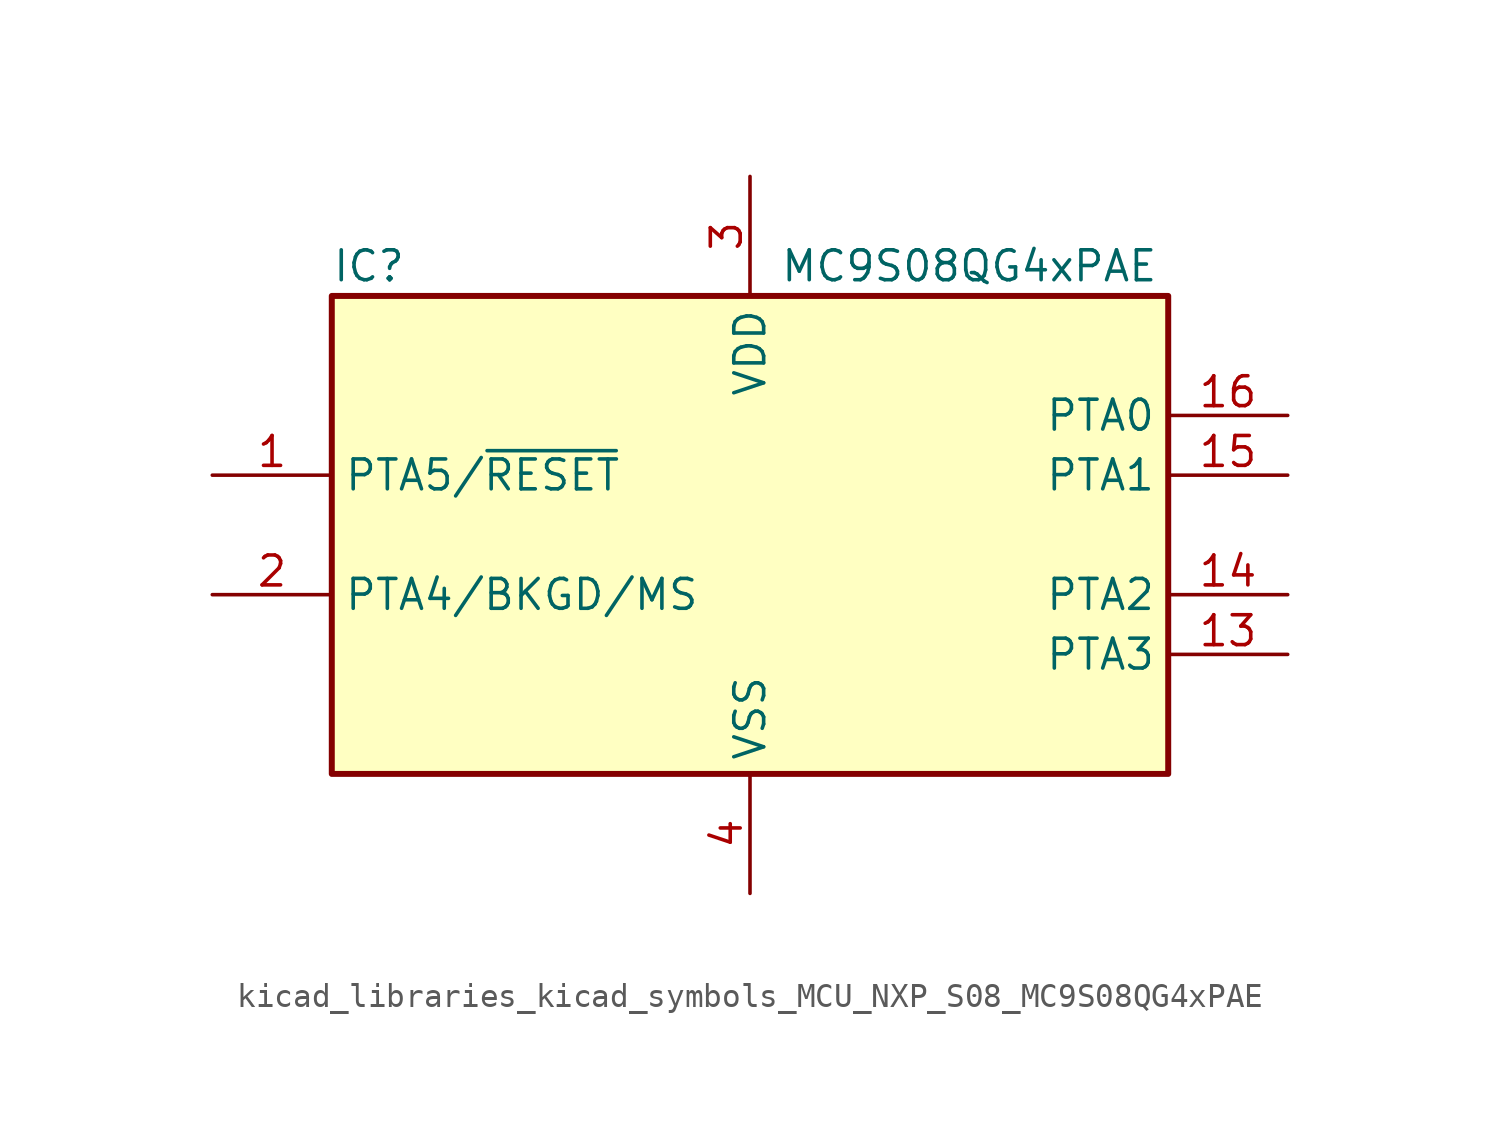
<source format=kicad_sym>
(kicad_symbol_lib
  (version 20220914)
  (generator kicad_symbol_editor)
  (symbol "kicad_libraries_kicad_symbols_MCU_NXP_S08_MC9S08QG4xPAE"
    (property "Reference" "IC"
      (at -17.78 11.43 0)
      (effects (font (size 1.27 1.27)) (justify left)))
    (property "Value" "MC9S08QG4xPAE"
      (at 1.27 11.43 0)
      (effects (font (size 1.27 1.27)) (justify left)))
    (symbol "kicad_libraries_kicad_symbols_MCU_NXP_S08_MC9S08QG4xPAE_0_1"
      (rectangle (start -17.78 10.16) (end 17.78 -10.16) (stroke (width 0.254) (type default)) (fill (type background))))
    (symbol "kicad_libraries_kicad_symbols_MCU_NXP_S08_MC9S08QG4xPAE_1_1"
      (pin bidirectional line (at -22.86 2.54 0) (length 5.08) (name "PTA5/~{RESET}" (effects (font (size 1.27 1.27)))) (number "1" (effects (font (size 1.27 1.27)))))
      (pin bidirectional line (at 22.86 -5.08 180) (length 5.08) (name "PTA3" (effects (font (size 1.27 1.27)))) (number "13" (effects (font (size 1.27 1.27)))))
      (pin bidirectional line (at 22.86 -2.54 180) (length 5.08) (name "PTA2" (effects (font (size 1.27 1.27)))) (number "14" (effects (font (size 1.27 1.27)))))
      (pin bidirectional line (at 22.86 2.54 180) (length 5.08) (name "PTA1" (effects (font (size 1.27 1.27)))) (number "15" (effects (font (size 1.27 1.27)))))
      (pin bidirectional line (at 22.86 5.08 180) (length 5.08) (name "PTA0" (effects (font (size 1.27 1.27)))) (number "16" (effects (font (size 1.27 1.27)))))
      (pin bidirectional line (at -22.86 -2.54 0) (length 5.08) (name "PTA4/BKGD/MS" (effects (font (size 1.27 1.27)))) (number "2" (effects (font (size 1.27 1.27)))))
      (pin power_in line (at 0 15.24 270) (length 5.08) (name "VDD" (effects (font (size 1.27 1.27)))) (number "3" (effects (font (size 1.27 1.27)))))
      (pin power_in line (at 0 -15.24 90) (length 5.08) (name "VSS" (effects (font (size 1.27 1.27)))) (number "4" (effects (font (size 1.27 1.27))))))))
</source>
